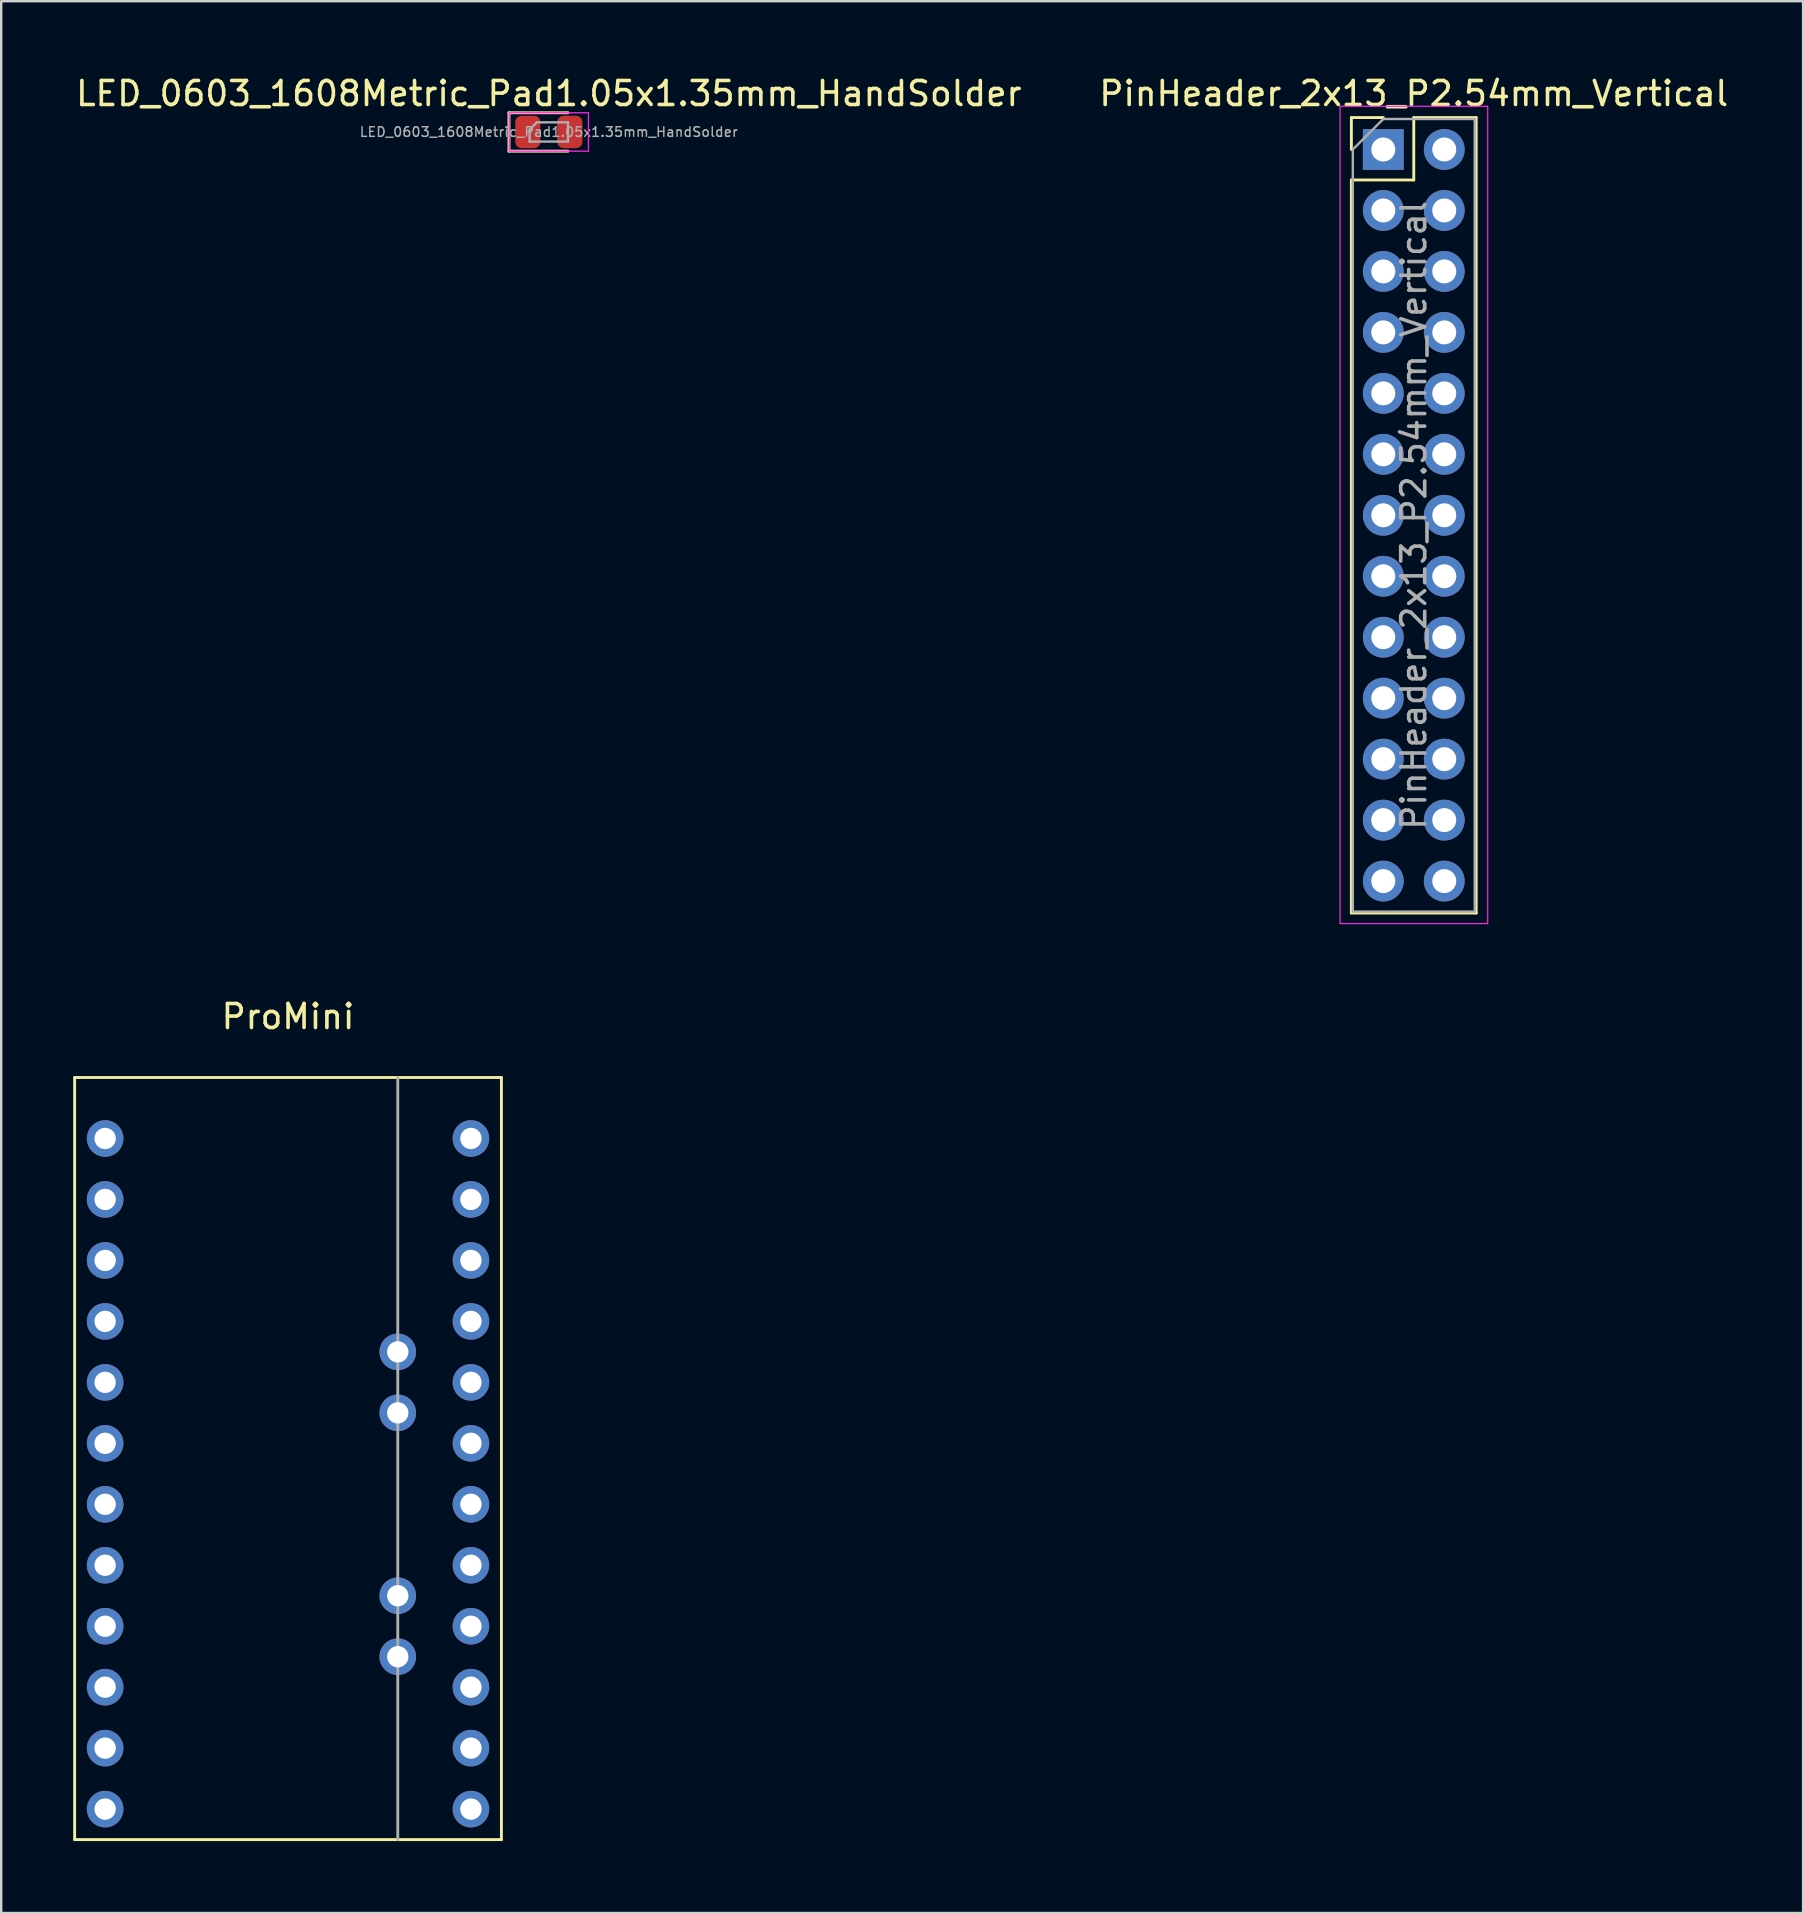
<source format=kicad_pcb>
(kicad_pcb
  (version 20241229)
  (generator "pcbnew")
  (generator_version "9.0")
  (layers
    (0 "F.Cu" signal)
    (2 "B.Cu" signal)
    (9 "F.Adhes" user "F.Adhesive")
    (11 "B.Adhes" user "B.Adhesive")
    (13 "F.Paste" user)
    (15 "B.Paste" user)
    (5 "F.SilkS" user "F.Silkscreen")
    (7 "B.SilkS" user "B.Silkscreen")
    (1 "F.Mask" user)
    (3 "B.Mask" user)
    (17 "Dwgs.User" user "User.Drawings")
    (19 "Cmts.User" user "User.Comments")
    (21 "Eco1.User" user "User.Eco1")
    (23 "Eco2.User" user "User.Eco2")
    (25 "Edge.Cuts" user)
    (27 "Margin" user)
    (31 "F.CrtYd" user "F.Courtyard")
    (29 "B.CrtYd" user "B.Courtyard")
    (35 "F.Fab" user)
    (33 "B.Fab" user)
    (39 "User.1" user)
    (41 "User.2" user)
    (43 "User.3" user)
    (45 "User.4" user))
  (footprint "LED_0603_1608Metric_Pad1.05x1.35mm_HandSolder"
    (layer "F.Cu")
    (at 19.815 2.448)
    (property "Reference" "LED_0603_1608Metric_Pad1.05x1.35mm_HandSolder" (at 0 -1.6 0) (layer "F.SilkS") (effects (font (size 1 1) (thickness 0.15))))
    (attr smd)
    (fp_line (start -1.66 -0.8) (end -1.66 0.8) (stroke (width 0.12) (type solid)) (layer "F.SilkS"))
    (fp_line (start -1.66 0.8) (end 0.8 0.8) (stroke (width 0.12) (type solid)) (layer "F.SilkS"))
    (fp_line (start 0.8 -0.8) (end -1.66 -0.8) (stroke (width 0.12) (type solid)) (layer "F.SilkS"))
    (fp_line (start -1.65 -0.8) (end 1.65 -0.8) (stroke (width 0.05) (type solid)) (layer "F.CrtYd"))
    (fp_line (start -1.65 0.8) (end -1.65 -0.8) (stroke (width 0.05) (type solid)) (layer "F.CrtYd"))
    (fp_line (start 1.65 -0.8) (end 1.65 0.8) (stroke (width 0.05) (type solid)) (layer "F.CrtYd"))
    (fp_line (start 1.65 0.8) (end -1.65 0.8) (stroke (width 0.05) (type solid)) (layer "F.CrtYd"))
    (fp_line (start -0.8 -0.1) (end -0.8 0.4) (stroke (width 0.1) (type solid)) (layer "F.Fab"))
    (fp_line (start -0.8 0.4) (end 0.8 0.4) (stroke (width 0.1) (type solid)) (layer "F.Fab"))
    (fp_line (start -0.5 -0.4) (end -0.8 -0.1) (stroke (width 0.1) (type solid)) (layer "F.Fab"))
    (fp_line (start 0.8 -0.4) (end -0.5 -0.4) (stroke (width 0.1) (type solid)) (layer "F.Fab"))
    (fp_line (start 0.8 0.4) (end 0.8 -0.4) (stroke (width 0.1) (type solid)) (layer "F.Fab"))
    (fp_text user "${REFERENCE}" (at 0 0 0) (layer "F.Fab") (effects (font (size 0.4 0.4) (thickness 0.06))))
    (pad "1" smd roundrect (at -0.875 0) (size 1.05 1.35) (layers "F.Cu" "F.Mask" "F.Paste") (roundrect_rratio 0.25))
    (pad "2" smd roundrect (at 0.875 0) (size 1.05 1.35) (layers "F.Cu" "F.Mask" "F.Paste") (roundrect_rratio 0.25)))
  (footprint "PinHeader_2x13_P2.54mm_Vertical"
    (layer "F.Cu")
    (at 54.581 3.178)
    (property "Reference" "PinHeader_2x13_P2.54mm_Vertical" (at 1.27 -2.33 0) (layer "F.SilkS") (effects (font (size 1 1) (thickness 0.15))))
    (attr through_hole)
    (fp_line (start -1.33 -1.33) (end 0 -1.33) (stroke (width 0.12) (type solid)) (layer "F.SilkS"))
    (fp_line (start -1.33 0) (end -1.33 -1.33) (stroke (width 0.12) (type solid)) (layer "F.SilkS"))
    (fp_line (start -1.33 1.27) (end -1.33 31.81) (stroke (width 0.12) (type solid)) (layer "F.SilkS"))
    (fp_line (start -1.33 1.27) (end 1.27 1.27) (stroke (width 0.12) (type solid)) (layer "F.SilkS"))
    (fp_line (start -1.33 31.81) (end 3.87 31.81) (stroke (width 0.12) (type solid)) (layer "F.SilkS"))
    (fp_line (start 1.27 -1.33) (end 3.87 -1.33) (stroke (width 0.12) (type solid)) (layer "F.SilkS"))
    (fp_line (start 1.27 1.27) (end 1.27 -1.33) (stroke (width 0.12) (type solid)) (layer "F.SilkS"))
    (fp_line (start 3.87 -1.33) (end 3.87 31.81) (stroke (width 0.12) (type solid)) (layer "F.SilkS"))
    (fp_line (start -1.8 -1.8) (end -1.8 32.25) (stroke (width 0.05) (type solid)) (layer "F.CrtYd"))
    (fp_line (start -1.8 32.25) (end 4.35 32.25) (stroke (width 0.05) (type solid)) (layer "F.CrtYd"))
    (fp_line (start 4.35 -1.8) (end -1.8 -1.8) (stroke (width 0.05) (type solid)) (layer "F.CrtYd"))
    (fp_line (start 4.35 32.25) (end 4.35 -1.8) (stroke (width 0.05) (type solid)) (layer "F.CrtYd"))
    (fp_line (start -1.27 0) (end 0 -1.27) (stroke (width 0.1) (type solid)) (layer "F.Fab"))
    (fp_line (start -1.27 31.75) (end -1.27 0) (stroke (width 0.1) (type solid)) (layer "F.Fab"))
    (fp_line (start 0 -1.27) (end 3.81 -1.27) (stroke (width 0.1) (type solid)) (layer "F.Fab"))
    (fp_line (start 3.81 -1.27) (end 3.81 31.75) (stroke (width 0.1) (type solid)) (layer "F.Fab"))
    (fp_line (start 3.81 31.75) (end -1.27 31.75) (stroke (width 0.1) (type solid)) (layer "F.Fab"))
    (fp_text user "${REFERENCE}" (at 1.27 15.24 90) (layer "F.Fab") (effects (font (size 1 1) (thickness 0.15))))
    (pad "1" thru_hole rect (at 0 0) (size 1.7 1.7) (drill 1) (layers "*.Cu" "*.Mask"))
    (pad "2" thru_hole oval (at 0 2.54) (size 1.7 1.7) (drill 1) (layers "*.Cu" "*.Mask"))
    (pad "3" thru_hole oval (at 0 5.08) (size 1.7 1.7) (drill 1) (layers "*.Cu" "*.Mask"))
    (pad "4" thru_hole oval (at 0 7.62) (size 1.7 1.7) (drill 1) (layers "*.Cu" "*.Mask"))
    (pad "5" thru_hole oval (at 0 10.16) (size 1.7 1.7) (drill 1) (layers "*.Cu" "*.Mask"))
    (pad "6" thru_hole oval (at 0 12.7) (size 1.7 1.7) (drill 1) (layers "*.Cu" "*.Mask"))
    (pad "7" thru_hole oval (at 0 15.24) (size 1.7 1.7) (drill 1) (layers "*.Cu" "*.Mask"))
    (pad "8" thru_hole oval (at 0 17.78) (size 1.7 1.7) (drill 1) (layers "*.Cu" "*.Mask"))
    (pad "9" thru_hole oval (at 0 20.32) (size 1.7 1.7) (drill 1) (layers "*.Cu" "*.Mask"))
    (pad "10" thru_hole oval (at 0 22.86) (size 1.7 1.7) (drill 1) (layers "*.Cu" "*.Mask"))
    (pad "11" thru_hole oval (at 0 25.4) (size 1.7 1.7) (drill 1) (layers "*.Cu" "*.Mask"))
    (pad "12" thru_hole oval (at 0 27.94) (size 1.7 1.7) (drill 1) (layers "*.Cu" "*.Mask"))
    (pad "13" thru_hole oval (at 0 30.48) (size 1.7 1.7) (drill 1) (layers "*.Cu" "*.Mask"))
    (pad "14" thru_hole oval (at 2.54 0) (size 1.7 1.7) (drill 1) (layers "*.Cu" "*.Mask"))
    (pad "15" thru_hole oval (at 2.54 2.54) (size 1.7 1.7) (drill 1) (layers "*.Cu" "*.Mask"))
    (pad "16" thru_hole oval (at 2.54 5.08) (size 1.7 1.7) (drill 1) (layers "*.Cu" "*.Mask"))
    (pad "17" thru_hole oval (at 2.54 7.62) (size 1.7 1.7) (drill 1) (layers "*.Cu" "*.Mask"))
    (pad "18" thru_hole oval (at 2.54 10.16) (size 1.7 1.7) (drill 1) (layers "*.Cu" "*.Mask"))
    (pad "19" thru_hole oval (at 2.54 12.7) (size 1.7 1.7) (drill 1) (layers "*.Cu" "*.Mask"))
    (pad "20" thru_hole oval (at 2.54 15.24) (size 1.7 1.7) (drill 1) (layers "*.Cu" "*.Mask"))
    (pad "21" thru_hole oval (at 2.54 17.78) (size 1.7 1.7) (drill 1) (layers "*.Cu" "*.Mask"))
    (pad "22" thru_hole oval (at 2.54 20.32) (size 1.7 1.7) (drill 1) (layers "*.Cu" "*.Mask"))
    (pad "23" thru_hole oval (at 2.54 22.86) (size 1.7 1.7) (drill 1) (layers "*.Cu" "*.Mask"))
    (pad "24" thru_hole oval (at 2.54 25.4) (size 1.7 1.7) (drill 1) (layers "*.Cu" "*.Mask"))
    (pad "25" thru_hole oval (at 2.54 27.94) (size 1.7 1.7) (drill 1) (layers "*.Cu" "*.Mask"))
    (pad "26" thru_hole oval (at 2.54 30.48) (size 1.7 1.7) (drill 1) (layers "*.Cu" "*.Mask")))
  (footprint "ProMini"
    (layer "F.Cu")
    (at 8.95 58.352)
    (property "Reference" "ProMini" (at 0 -19.05 0) (layer "F.SilkS") (effects (font (size 1 1) (thickness 0.15))))
    (attr through_hole)
    (fp_line (start -8.89 -16.51) (end -8.89 15.24) (stroke (width 0.12) (type solid)) (layer "F.SilkS"))
    (fp_line (start -8.89 15.24) (end 8.89 15.24) (stroke (width 0.12) (type solid)) (layer "F.SilkS"))
    (fp_line (start 8.89 -16.51) (end -8.89 -16.51) (stroke (width 0.12) (type solid)) (layer "F.SilkS"))
    (fp_line (start 8.89 15.24) (end 8.89 -16.51) (stroke (width 0.12) (type solid)) (layer "F.SilkS"))
    (fp_line (start 4.572 -16.51) (end 4.572 15.24) (stroke (width 0.12) (type solid)) (layer "F.Fab"))
    (pad "1" thru_hole circle (at -7.62 -13.97) (size 1.524 1.524) (drill 0.889) (layers "*.Cu" "*.Mask"))
    (pad "2" thru_hole circle (at -7.62 -11.43) (size 1.524 1.524) (drill 0.889) (layers "*.Cu" "*.Mask"))
    (pad "3" thru_hole circle (at -7.62 -8.89) (size 1.524 1.524) (drill 0.889) (layers "*.Cu" "*.Mask"))
    (pad "4" thru_hole circle (at -7.62 -6.35) (size 1.524 1.524) (drill 0.889) (layers "*.Cu" "*.Mask"))
    (pad "5" thru_hole circle (at -7.62 -3.81) (size 1.524 1.524) (drill 0.889) (layers "*.Cu" "*.Mask"))
    (pad "6" thru_hole circle (at -7.62 -1.27) (size 1.524 1.524) (drill 0.889) (layers "*.Cu" "*.Mask"))
    (pad "7" thru_hole circle (at -7.62 1.27) (size 1.524 1.524) (drill 0.889) (layers "*.Cu" "*.Mask"))
    (pad "8" thru_hole circle (at -7.62 3.81) (size 1.524 1.524) (drill 0.889) (layers "*.Cu" "*.Mask"))
    (pad "9" thru_hole circle (at -7.62 6.35) (size 1.524 1.524) (drill 0.889) (layers "*.Cu" "*.Mask"))
    (pad "10" thru_hole circle (at -7.62 8.89) (size 1.524 1.524) (drill 0.889) (layers "*.Cu" "*.Mask"))
    (pad "11" thru_hole circle (at -7.62 11.43) (size 1.524 1.524) (drill 0.889) (layers "*.Cu" "*.Mask"))
    (pad "12" thru_hole circle (at -7.62 13.97) (size 1.524 1.524) (drill 0.889) (layers "*.Cu" "*.Mask"))
    (pad "13" thru_hole circle (at 7.62 13.97) (size 1.524 1.524) (drill 0.889) (layers "*.Cu" "*.Mask"))
    (pad "14" thru_hole circle (at 7.62 11.43) (size 1.524 1.524) (drill 0.889) (layers "*.Cu" "*.Mask"))
    (pad "15" thru_hole circle (at 7.62 8.89) (size 1.524 1.524) (drill 0.889) (layers "*.Cu" "*.Mask"))
    (pad "16" thru_hole circle (at 7.62 6.35) (size 1.524 1.524) (drill 0.889) (layers "*.Cu" "*.Mask"))
    (pad "17" thru_hole circle (at 7.62 3.81) (size 1.524 1.524) (drill 0.889) (layers "*.Cu" "*.Mask"))
    (pad "18" thru_hole circle (at 7.62 1.27) (size 1.524 1.524) (drill 0.889) (layers "*.Cu" "*.Mask"))
    (pad "19" thru_hole circle (at 7.62 -1.27) (size 1.524 1.524) (drill 0.889) (layers "*.Cu" "*.Mask"))
    (pad "20" thru_hole circle (at 7.62 -3.81) (size 1.524 1.524) (drill 0.889) (layers "*.Cu" "*.Mask"))
    (pad "21" thru_hole circle (at 7.62 -6.35) (size 1.524 1.524) (drill 0.889) (layers "*.Cu" "*.Mask"))
    (pad "22" thru_hole circle (at 7.62 -8.89) (size 1.524 1.524) (drill 0.889) (layers "*.Cu" "*.Mask"))
    (pad "23" thru_hole circle (at 7.62 -11.43) (size 1.524 1.524) (drill 0.889) (layers "*.Cu" "*.Mask"))
    (pad "24" thru_hole circle (at 7.62 -13.97) (size 1.524 1.524) (drill 0.889) (layers "*.Cu" "*.Mask"))
    (pad "25" thru_hole circle (at 4.572 7.62) (size 1.524 1.524) (drill 0.889) (layers "*.Cu" "*.Mask"))
    (pad "26" thru_hole circle (at 4.572 5.08) (size 1.524 1.524) (drill 0.889) (layers "*.Cu" "*.Mask"))
    (pad "27" thru_hole circle (at 4.572 -2.54) (size 1.524 1.524) (drill 0.889) (layers "*.Cu" "*.Mask"))
    (pad "28" thru_hole circle (at 4.572 -5.08) (size 1.524 1.524) (drill 0.889) (layers "*.Cu" "*.Mask")))
  (gr_rect
    (start -3 -3)
    (end 72.071 76.651)
    (stroke (width 0.1) (type default))
    (fill no)
    (layer "Edge.Cuts")))
</source>
